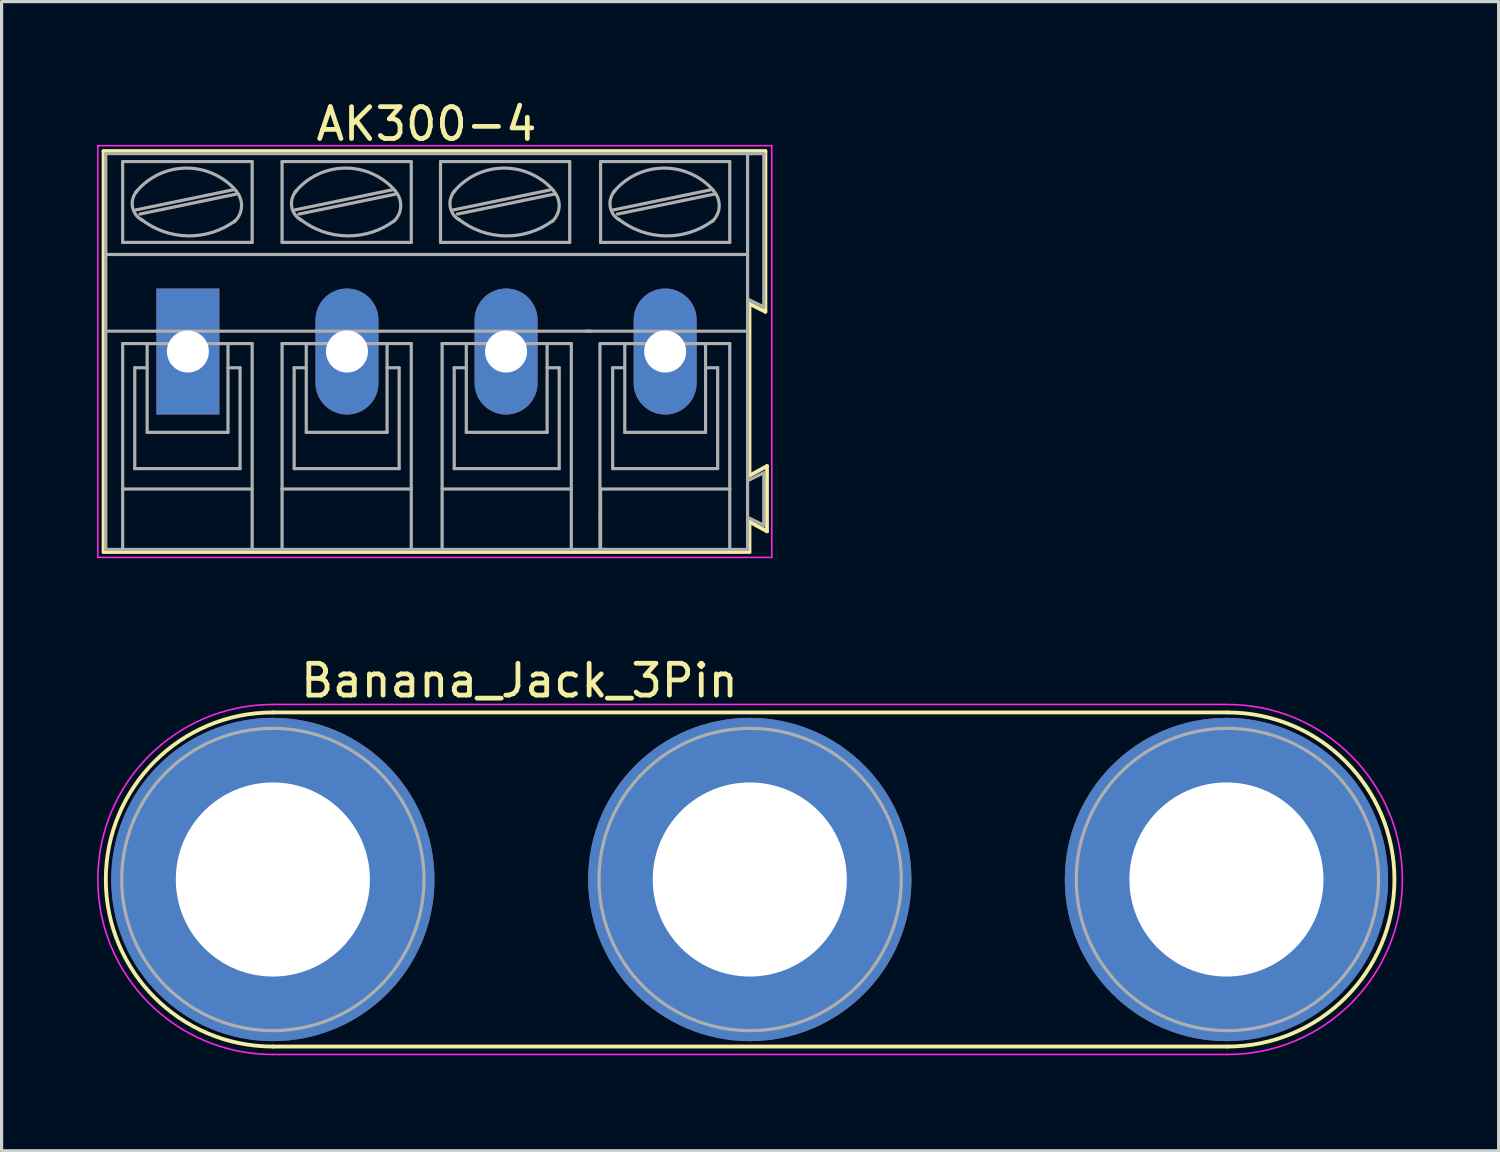
<source format=kicad_pcb>
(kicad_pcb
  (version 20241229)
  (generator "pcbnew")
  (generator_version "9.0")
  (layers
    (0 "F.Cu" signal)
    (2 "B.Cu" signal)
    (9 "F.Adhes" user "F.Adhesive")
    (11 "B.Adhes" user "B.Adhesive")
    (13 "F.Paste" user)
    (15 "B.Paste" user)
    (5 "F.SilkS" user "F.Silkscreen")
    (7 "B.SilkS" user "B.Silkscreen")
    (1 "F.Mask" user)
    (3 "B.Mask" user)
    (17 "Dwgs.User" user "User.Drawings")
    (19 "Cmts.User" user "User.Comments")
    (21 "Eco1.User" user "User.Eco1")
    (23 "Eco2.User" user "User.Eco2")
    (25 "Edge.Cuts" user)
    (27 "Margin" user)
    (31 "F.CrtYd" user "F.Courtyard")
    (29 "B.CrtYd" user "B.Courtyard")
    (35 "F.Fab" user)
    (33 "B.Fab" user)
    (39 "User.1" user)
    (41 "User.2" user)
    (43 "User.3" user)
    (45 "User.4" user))
  (footprint "AK300-4"
    (layer "F.Cu")
    (at 2.855 7.998)
    (property "Reference" "AK300-4" (at 7.5 -7.15 0) (layer "F.SilkS") (effects (font (size 1 1) (thickness 0.15))))
    (attr through_hole)
    (fp_line (start -2.65 -6.3) (end 18.15 -6.3) (stroke (width 0.12) (type solid)) (layer "F.SilkS"))
    (fp_line (start -2.65 6.3) (end -2.65 -6.3) (stroke (width 0.12) (type solid)) (layer "F.SilkS"))
    (fp_line (start 17.65 -1.5) (end 17.65 3.9) (stroke (width 0.12) (type solid)) (layer "F.SilkS"))
    (fp_line (start 17.65 3.9) (end 18.2 3.6) (stroke (width 0.12) (type solid)) (layer "F.SilkS"))
    (fp_line (start 17.65 5.35) (end 17.65 6.3) (stroke (width 0.12) (type solid)) (layer "F.SilkS"))
    (fp_line (start 17.65 6.3) (end -2.65 6.3) (stroke (width 0.12) (type solid)) (layer "F.SilkS"))
    (fp_line (start 18.15 -6.3) (end 18.15 -1.25) (stroke (width 0.12) (type solid)) (layer "F.SilkS"))
    (fp_line (start 18.15 -1.25) (end 17.65 -1.5) (stroke (width 0.12) (type solid)) (layer "F.SilkS"))
    (fp_line (start 18.2 3.6) (end 18.2 5.65) (stroke (width 0.12) (type solid)) (layer "F.SilkS"))
    (fp_line (start 18.2 5.65) (end 17.65 5.35) (stroke (width 0.12) (type solid)) (layer "F.SilkS"))
    (fp_line (start -2.83 -6.47) (end -2.83 6.47) (stroke (width 0.05) (type solid)) (layer "F.CrtYd"))
    (fp_line (start -2.83 -6.47) (end 18.35 -6.47) (stroke (width 0.05) (type solid)) (layer "F.CrtYd"))
    (fp_line (start -2.83 6.47) (end 18.35 6.47) (stroke (width 0.05) (type solid)) (layer "F.CrtYd"))
    (fp_line (start 18.35 -6.47) (end 18.35 6.47) (stroke (width 0.05) (type solid)) (layer "F.CrtYd"))
    (fp_line (start -2.58 -3.17) (end -2.58 -6.22) (stroke (width 0.1) (type solid)) (layer "F.Fab"))
    (fp_line (start -2.58 -0.64) (end -2.58 -3.17) (stroke (width 0.1) (type solid)) (layer "F.Fab"))
    (fp_line (start -2.58 6.22) (end -2.58 -0.64) (stroke (width 0.1) (type solid)) (layer "F.Fab"))
    (fp_line (start -2.58 6.22) (end -2.05 6.22) (stroke (width 0.1) (type solid)) (layer "F.Fab"))
    (fp_line (start -2.05 -3.43) (end -2.05 -5.97) (stroke (width 0.1) (type solid)) (layer "F.Fab"))
    (fp_line (start -2.05 -0.25) (end -2.05 4.32) (stroke (width 0.1) (type solid)) (layer "F.Fab"))
    (fp_line (start -2.05 -0.25) (end -1.67 -0.25) (stroke (width 0.1) (type solid)) (layer "F.Fab"))
    (fp_line (start -2.05 4.32) (end -2.05 6.22) (stroke (width 0.1) (type solid)) (layer "F.Fab"))
    (fp_line (start -2.05 6.22) (end 2.02 6.22) (stroke (width 0.1) (type solid)) (layer "F.Fab"))
    (fp_line (start -1.67 0.51) (end -1.28 0.51) (stroke (width 0.1) (type solid)) (layer "F.Fab"))
    (fp_line (start -1.67 3.68) (end -1.67 0.51) (stroke (width 0.1) (type solid)) (layer "F.Fab"))
    (fp_line (start -1.64 -4.45) (end 1.41 -5.08) (stroke (width 0.1) (type solid)) (layer "F.Fab"))
    (fp_line (start -1.51 -4.32) (end 1.53 -4.95) (stroke (width 0.1) (type solid)) (layer "F.Fab"))
    (fp_line (start -1.28 -0.25) (end 1.26 -0.25) (stroke (width 0.1) (type solid)) (layer "F.Fab"))
    (fp_line (start -1.28 2.54) (end -1.28 -0.25) (stroke (width 0.1) (type solid)) (layer "F.Fab"))
    (fp_line (start -1.28 2.54) (end 1.26 2.54) (stroke (width 0.1) (type solid)) (layer "F.Fab"))
    (fp_line (start 1.26 2.54) (end 1.26 -0.25) (stroke (width 0.1) (type solid)) (layer "F.Fab"))
    (fp_line (start 1.64 -0.25) (end -1.67 -0.25) (stroke (width 0.1) (type solid)) (layer "F.Fab"))
    (fp_line (start 1.64 0.51) (end 1.26 0.51) (stroke (width 0.1) (type solid)) (layer "F.Fab"))
    (fp_line (start 1.64 3.68) (end -1.67 3.68) (stroke (width 0.1) (type solid)) (layer "F.Fab"))
    (fp_line (start 1.64 3.68) (end 1.64 0.51) (stroke (width 0.1) (type solid)) (layer "F.Fab"))
    (fp_line (start 2.02 -5.97) (end -2.05 -5.97) (stroke (width 0.1) (type solid)) (layer "F.Fab"))
    (fp_line (start 2.02 -3.43) (end -2.05 -3.43) (stroke (width 0.1) (type solid)) (layer "F.Fab"))
    (fp_line (start 2.02 -3.43) (end 2.02 -5.97) (stroke (width 0.1) (type solid)) (layer "F.Fab"))
    (fp_line (start 2.02 -0.25) (end 1.64 -0.25) (stroke (width 0.1) (type solid)) (layer "F.Fab"))
    (fp_line (start 2.02 4.32) (end -2.05 4.32) (stroke (width 0.1) (type solid)) (layer "F.Fab"))
    (fp_line (start 2.02 4.32) (end 2.02 -0.25) (stroke (width 0.1) (type solid)) (layer "F.Fab"))
    (fp_line (start 2.02 6.22) (end 2.02 4.32) (stroke (width 0.1) (type solid)) (layer "F.Fab"))
    (fp_line (start 2.02 6.22) (end 2.96 6.22) (stroke (width 0.1) (type solid)) (layer "F.Fab"))
    (fp_line (start 2.96 -5.97) (end 7.02 -5.97) (stroke (width 0.1) (type solid)) (layer "F.Fab"))
    (fp_line (start 2.96 -3.43) (end 2.96 -5.97) (stroke (width 0.1) (type solid)) (layer "F.Fab"))
    (fp_line (start 2.96 -0.25) (end 3.34 -0.25) (stroke (width 0.1) (type solid)) (layer "F.Fab"))
    (fp_line (start 2.96 4.32) (end 2.96 -0.25) (stroke (width 0.1) (type solid)) (layer "F.Fab"))
    (fp_line (start 2.96 4.32) (end 7.02 4.32) (stroke (width 0.1) (type solid)) (layer "F.Fab"))
    (fp_line (start 2.96 6.22) (end 2.96 4.32) (stroke (width 0.1) (type solid)) (layer "F.Fab"))
    (fp_line (start 2.96 6.22) (end 7.02 6.22) (stroke (width 0.1) (type solid)) (layer "F.Fab"))
    (fp_line (start 3.34 -0.25) (end 6.64 -0.25) (stroke (width 0.1) (type solid)) (layer "F.Fab"))
    (fp_line (start 3.34 0.51) (end 3.72 0.51) (stroke (width 0.1) (type solid)) (layer "F.Fab"))
    (fp_line (start 3.34 3.68) (end 3.34 0.51) (stroke (width 0.1) (type solid)) (layer "F.Fab"))
    (fp_line (start 3.36 -4.45) (end 6.41 -5.08) (stroke (width 0.1) (type solid)) (layer "F.Fab"))
    (fp_line (start 3.49 -4.32) (end 6.54 -4.95) (stroke (width 0.1) (type solid)) (layer "F.Fab"))
    (fp_line (start 3.72 -0.25) (end 6.26 -0.25) (stroke (width 0.1) (type solid)) (layer "F.Fab"))
    (fp_line (start 3.72 2.54) (end 3.72 -0.25) (stroke (width 0.1) (type solid)) (layer "F.Fab"))
    (fp_line (start 3.72 2.54) (end 6.26 2.54) (stroke (width 0.1) (type solid)) (layer "F.Fab"))
    (fp_line (start 6.26 2.54) (end 6.26 -0.25) (stroke (width 0.1) (type solid)) (layer "F.Fab"))
    (fp_line (start 6.64 0.51) (end 6.26 0.51) (stroke (width 0.1) (type solid)) (layer "F.Fab"))
    (fp_line (start 6.64 3.68) (end 3.34 3.68) (stroke (width 0.1) (type solid)) (layer "F.Fab"))
    (fp_line (start 6.64 3.68) (end 6.64 0.51) (stroke (width 0.1) (type solid)) (layer "F.Fab"))
    (fp_line (start 7.02 -5.97) (end 7.02 -3.43) (stroke (width 0.1) (type solid)) (layer "F.Fab"))
    (fp_line (start 7.02 -3.43) (end 2.96 -3.43) (stroke (width 0.1) (type solid)) (layer "F.Fab"))
    (fp_line (start 7.02 -0.25) (end 6.64 -0.25) (stroke (width 0.1) (type solid)) (layer "F.Fab"))
    (fp_line (start 7.02 -0.25) (end 7.02 4.32) (stroke (width 0.1) (type solid)) (layer "F.Fab"))
    (fp_line (start 7.02 4.32) (end 7.02 6.22) (stroke (width 0.1) (type solid)) (layer "F.Fab"))
    (fp_line (start 7.94 -5.97) (end 12 -5.97) (stroke (width 0.1) (type solid)) (layer "F.Fab"))
    (fp_line (start 7.94 -3.43) (end 7.94 -5.97) (stroke (width 0.1) (type solid)) (layer "F.Fab"))
    (fp_line (start 7.99 -0.25) (end 12.05 -0.25) (stroke (width 0.1) (type solid)) (layer "F.Fab"))
    (fp_line (start 7.99 4.32) (end 12.05 4.32) (stroke (width 0.1) (type solid)) (layer "F.Fab"))
    (fp_line (start 7.99 6.22) (end 7.99 -0.25) (stroke (width 0.1) (type solid)) (layer "F.Fab"))
    (fp_line (start 8.34 -4.45) (end 11.39 -5.08) (stroke (width 0.1) (type solid)) (layer "F.Fab"))
    (fp_line (start 8.37 0.51) (end 8.37 3.68) (stroke (width 0.1) (type solid)) (layer "F.Fab"))
    (fp_line (start 8.37 0.51) (end 8.75 0.51) (stroke (width 0.1) (type solid)) (layer "F.Fab"))
    (fp_line (start 8.37 3.68) (end 11.67 3.68) (stroke (width 0.1) (type solid)) (layer "F.Fab"))
    (fp_line (start 8.47 -4.32) (end 11.52 -4.95) (stroke (width 0.1) (type solid)) (layer "F.Fab"))
    (fp_line (start 8.75 -0.25) (end 8.75 2.54) (stroke (width 0.1) (type solid)) (layer "F.Fab"))
    (fp_line (start 8.75 2.54) (end 11.29 2.54) (stroke (width 0.1) (type solid)) (layer "F.Fab"))
    (fp_line (start 11.29 2.54) (end 11.29 -0.25) (stroke (width 0.1) (type solid)) (layer "F.Fab"))
    (fp_line (start 11.67 0.51) (end 11.29 0.51) (stroke (width 0.1) (type solid)) (layer "F.Fab"))
    (fp_line (start 11.67 3.68) (end 11.67 0.51) (stroke (width 0.1) (type solid)) (layer "F.Fab"))
    (fp_line (start 12 -5.97) (end 12 -3.43) (stroke (width 0.1) (type solid)) (layer "F.Fab"))
    (fp_line (start 12 -3.43) (end 7.94 -3.43) (stroke (width 0.1) (type solid)) (layer "F.Fab"))
    (fp_line (start 12.05 6.22) (end 12.05 -0.25) (stroke (width 0.1) (type solid)) (layer "F.Fab"))
    (fp_line (start 12.51 -0.64) (end 17.59 -0.64) (stroke (width 0.1) (type solid)) (layer "F.Fab"))
    (fp_line (start 12.66 -0.64) (end -2.52 -0.64) (stroke (width 0.1) (type solid)) (layer "F.Fab"))
    (fp_line (start 12.95 4) (end 12.95 -0.25) (stroke (width 0.1) (type solid)) (layer "F.Fab"))
    (fp_line (start 12.95 4.06) (end 12.95 5.21) (stroke (width 0.1) (type solid)) (layer "F.Fab"))
    (fp_line (start 12.95 5.21) (end 12.95 6.22) (stroke (width 0.1) (type solid)) (layer "F.Fab"))
    (fp_line (start 12.97 -5.97) (end 17.03 -5.97) (stroke (width 0.1) (type solid)) (layer "F.Fab"))
    (fp_line (start 12.97 -3.43) (end 12.97 -5.97) (stroke (width 0.1) (type solid)) (layer "F.Fab"))
    (fp_line (start 12.97 -0.25) (end 13.35 -0.25) (stroke (width 0.1) (type solid)) (layer "F.Fab"))
    (fp_line (start 12.97 4.32) (end 17.03 4.32) (stroke (width 0.1) (type solid)) (layer "F.Fab"))
    (fp_line (start 12.97 6.22) (end 12.97 4.32) (stroke (width 0.1) (type solid)) (layer "F.Fab"))
    (fp_line (start 13.17 6.22) (end 7.07 6.22) (stroke (width 0.1) (type solid)) (layer "F.Fab"))
    (fp_line (start 13.35 -0.25) (end 16.65 -0.25) (stroke (width 0.1) (type solid)) (layer "F.Fab"))
    (fp_line (start 13.35 0.51) (end 13.73 0.51) (stroke (width 0.1) (type solid)) (layer "F.Fab"))
    (fp_line (start 13.35 3.68) (end 13.35 0.51) (stroke (width 0.1) (type solid)) (layer "F.Fab"))
    (fp_line (start 13.37 -4.45) (end 16.42 -5.08) (stroke (width 0.1) (type solid)) (layer "F.Fab"))
    (fp_line (start 13.5 -4.32) (end 16.55 -4.95) (stroke (width 0.1) (type solid)) (layer "F.Fab"))
    (fp_line (start 13.73 -0.25) (end 16.27 -0.25) (stroke (width 0.1) (type solid)) (layer "F.Fab"))
    (fp_line (start 13.73 2.54) (end 13.73 -0.25) (stroke (width 0.1) (type solid)) (layer "F.Fab"))
    (fp_line (start 13.73 2.54) (end 16.27 2.54) (stroke (width 0.1) (type solid)) (layer "F.Fab"))
    (fp_line (start 16.27 2.54) (end 16.27 -0.25) (stroke (width 0.1) (type solid)) (layer "F.Fab"))
    (fp_line (start 16.65 0.51) (end 16.27 0.51) (stroke (width 0.1) (type solid)) (layer "F.Fab"))
    (fp_line (start 16.65 3.68) (end 13.35 3.68) (stroke (width 0.1) (type solid)) (layer "F.Fab"))
    (fp_line (start 16.65 3.68) (end 16.65 0.51) (stroke (width 0.1) (type solid)) (layer "F.Fab"))
    (fp_line (start 16.95 6.22) (end 13.02 6.22) (stroke (width 0.1) (type solid)) (layer "F.Fab"))
    (fp_line (start 17.03 -5.97) (end 17.03 -3.43) (stroke (width 0.1) (type solid)) (layer "F.Fab"))
    (fp_line (start 17.03 -3.43) (end 12.97 -3.43) (stroke (width 0.1) (type solid)) (layer "F.Fab"))
    (fp_line (start 17.03 -0.25) (end 16.65 -0.25) (stroke (width 0.1) (type solid)) (layer "F.Fab"))
    (fp_line (start 17.03 -0.25) (end 17.03 4.32) (stroke (width 0.1) (type solid)) (layer "F.Fab"))
    (fp_line (start 17.03 4.32) (end 17.03 6.22) (stroke (width 0.1) (type solid)) (layer "F.Fab"))
    (fp_line (start 17.03 6.22) (end 17.59 6.22) (stroke (width 0.1) (type solid)) (layer "F.Fab"))
    (fp_line (start 17.59 -6.22) (end 17.59 -3.17) (stroke (width 0.1) (type solid)) (layer "F.Fab"))
    (fp_line (start 17.59 -6.22) (end 18.1 -6.22) (stroke (width 0.1) (type solid)) (layer "F.Fab"))
    (fp_line (start 17.59 -3.17) (end 17.59 -1.65) (stroke (width 0.1) (type solid)) (layer "F.Fab"))
    (fp_line (start 17.59 -3.05) (end -2.58 -3.05) (stroke (width 0.1) (type solid)) (layer "F.Fab"))
    (fp_line (start 17.59 -1.65) (end 17.59 -0.64) (stroke (width 0.1) (type solid)) (layer "F.Fab"))
    (fp_line (start 17.59 -0.64) (end 17.59 4.06) (stroke (width 0.1) (type solid)) (layer "F.Fab"))
    (fp_line (start 17.59 4.06) (end 17.59 5.21) (stroke (width 0.1) (type solid)) (layer "F.Fab"))
    (fp_line (start 17.59 5.21) (end 17.59 6.22) (stroke (width 0.1) (type solid)) (layer "F.Fab"))
    (fp_line (start 17.74 -6.22) (end -2.58 -6.22) (stroke (width 0.1) (type solid)) (layer "F.Fab"))
    (fp_line (start 18.1 -6.22) (end 18.1 -1.4) (stroke (width 0.1) (type solid)) (layer "F.Fab"))
    (fp_line (start 18.1 -1.4) (end 17.59 -1.65) (stroke (width 0.1) (type solid)) (layer "F.Fab"))
    (fp_line (start 18.1 3.81) (end 17.59 4.06) (stroke (width 0.1) (type solid)) (layer "F.Fab"))
    (fp_line (start 18.1 3.81) (end 18.1 5.46) (stroke (width 0.1) (type solid)) (layer "F.Fab"))
    (fp_line (start 18.1 5.46) (end 17.59 5.21) (stroke (width 0.1) (type solid)) (layer "F.Fab"))
    (fp_arc (start -1.64 -5) (mid -0.080263 -5.764867) (end 1.508239 -5.061686) (stroke (width 0.1) (type solid)) (layer "F.Fab"))
    (fp_arc (start -1.44 -4.13) (mid -1.742324 -4.551515) (end -1.595426 -5.049005) (stroke (width 0.1) (type solid)) (layer "F.Fab"))
    (fp_arc (start 1.5 -4.12) (mid 0.000583 -3.634318) (end -1.482333 -4.168263) (stroke (width 0.1) (type solid)) (layer "F.Fab"))
    (fp_arc (start 1.51 -5.05) (mid 1.685733 -4.551652) (end 1.455532 -4.076005) (stroke (width 0.1) (type solid)) (layer "F.Fab"))
    (fp_arc (start 3.36 -5) (mid 4.919737 -5.764867) (end 6.508239 -5.061686) (stroke (width 0.1) (type solid)) (layer "F.Fab"))
    (fp_arc (start 3.56 -4.13) (mid 3.261534 -4.559406) (end 3.417028 -5.058699) (stroke (width 0.1) (type solid)) (layer "F.Fab"))
    (fp_arc (start 6.5 -4.12) (mid 5.000583 -3.634318) (end 3.517667 -4.168263) (stroke (width 0.1) (type solid)) (layer "F.Fab"))
    (fp_arc (start 6.51 -5.05) (mid 6.688693 -4.558754) (end 6.465619 -4.086005) (stroke (width 0.1) (type solid)) (layer "F.Fab"))
    (fp_arc (start 8.34 -5) (mid 9.899737 -5.764867) (end 11.488239 -5.061686) (stroke (width 0.1) (type solid)) (layer "F.Fab"))
    (fp_arc (start 8.54 -4.13) (mid 8.241534 -4.559406) (end 8.397028 -5.058699) (stroke (width 0.1) (type solid)) (layer "F.Fab"))
    (fp_arc (start 11.48 -4.12) (mid 9.980583 -3.634318) (end 8.497667 -4.168263) (stroke (width 0.1) (type solid)) (layer "F.Fab"))
    (fp_arc (start 11.49 -5.05) (mid 11.668693 -4.558754) (end 11.445619 -4.086005) (stroke (width 0.1) (type solid)) (layer "F.Fab"))
    (fp_arc (start 13.37 -5) (mid 14.929737 -5.764867) (end 16.518239 -5.061686) (stroke (width 0.1) (type solid)) (layer "F.Fab"))
    (fp_arc (start 13.57 -4.13) (mid 13.271534 -4.559406) (end 13.427028 -5.058699) (stroke (width 0.1) (type solid)) (layer "F.Fab"))
    (fp_arc (start 16.51 -4.12) (mid 15.010583 -3.634318) (end 13.527667 -4.168263) (stroke (width 0.1) (type solid)) (layer "F.Fab"))
    (fp_arc (start 16.52 -5.05) (mid 16.698693 -4.558754) (end 16.475619 -4.086005) (stroke (width 0.1) (type solid)) (layer "F.Fab"))
    (pad "1" thru_hole rect (at 0 0) (size 1.98 3.96) (drill 1.32) (layers "*.Cu" "F.Mask" "F.Paste"))
    (pad "2" thru_hole oval (at 5 0) (size 1.98 3.96) (drill 1.32) (layers "*.Cu" "F.Mask" "F.Paste"))
    (pad "3" thru_hole oval (at 10 0) (size 1.98 3.96) (drill 1.32) (layers "*.Cu" "*.Mask"))
    (pad "4" thru_hole oval (at 15 0) (size 1.98 3.96) (drill 1.32) (layers "*.Cu" "F.Mask" "F.Paste")))
  (footprint "Banana_Jack_3Pin"
    (layer "F.Cu")
    (at 5.525 24.591)
    (property "Reference" "Banana_Jack_3Pin" (at 7.75 -6.25 0) (layer "F.SilkS") (effects (font (size 1 1) (thickness 0.15))))
    (attr through_hole)
    (fp_line (start 0 5.25) (end 30 5.25) (stroke (width 0.12) (type solid)) (layer "F.SilkS"))
    (fp_line (start 30 -5.25) (end 0 -5.25) (stroke (width 0.12) (type solid)) (layer "F.SilkS"))
    (fp_arc (start 0 5.25) (mid -5.25 0) (end 0 -5.25) (stroke (width 0.12) (type solid)) (layer "F.SilkS"))
    (fp_arc (start 30 -5.25) (mid 35.25 0) (end 30 5.25) (stroke (width 0.12) (type solid)) (layer "F.SilkS"))
    (fp_line (start 0 -5.5) (end 30 -5.5) (stroke (width 0.05) (type solid)) (layer "F.CrtYd"))
    (fp_line (start 30 5.5) (end 0 5.5) (stroke (width 0.05) (type solid)) (layer "F.CrtYd"))
    (fp_arc (start 0 5.5) (mid -5.5 0) (end 0 -5.5) (stroke (width 0.05) (type solid)) (layer "F.CrtYd"))
    (fp_arc (start 30 -5.5) (mid 35.5 0) (end 30 5.5) (stroke (width 0.05) (type solid)) (layer "F.CrtYd"))
    (fp_circle (center 0 0) (end 2 0) (stroke (width 0.1) (type solid)) (fill no) (layer "F.Fab"))
    (fp_circle (center 0 0) (end 4.75 0) (stroke (width 0.1) (type solid)) (fill no) (layer "F.Fab"))
    (fp_circle (center 15 0) (end 17 0) (stroke (width 0.1) (type solid)) (fill no) (layer "F.Fab"))
    (fp_circle (center 15 0) (end 19.75 0) (stroke (width 0.1) (type solid)) (fill no) (layer "F.Fab"))
    (fp_circle (center 30 0) (end 30 -4.75) (stroke (width 0.1) (type solid)) (fill no) (layer "F.Fab"))
    (fp_circle (center 30 0) (end 30 -2) (stroke (width 0.1) (type solid)) (fill no) (layer "F.Fab"))
    (pad "1" thru_hole circle (at 0 0) (size 10.16 10.16) (drill 6.1) (layers "*.Cu" "*.Mask"))
    (pad "2" thru_hole circle (at 14.99 0) (size 10.16 10.16) (drill 6.1) (layers "*.Cu" "*.Mask"))
    (pad "3" thru_hole circle (at 29.97 0) (size 10.16 10.16) (drill 6.1) (layers "*.Cu" "*.Mask")))
  (gr_rect
    (start -3 -3)
    (end 44.05 33.117)
    (stroke (width 0.1) (type default))
    (fill no)
    (layer "Edge.Cuts")))
</source>
